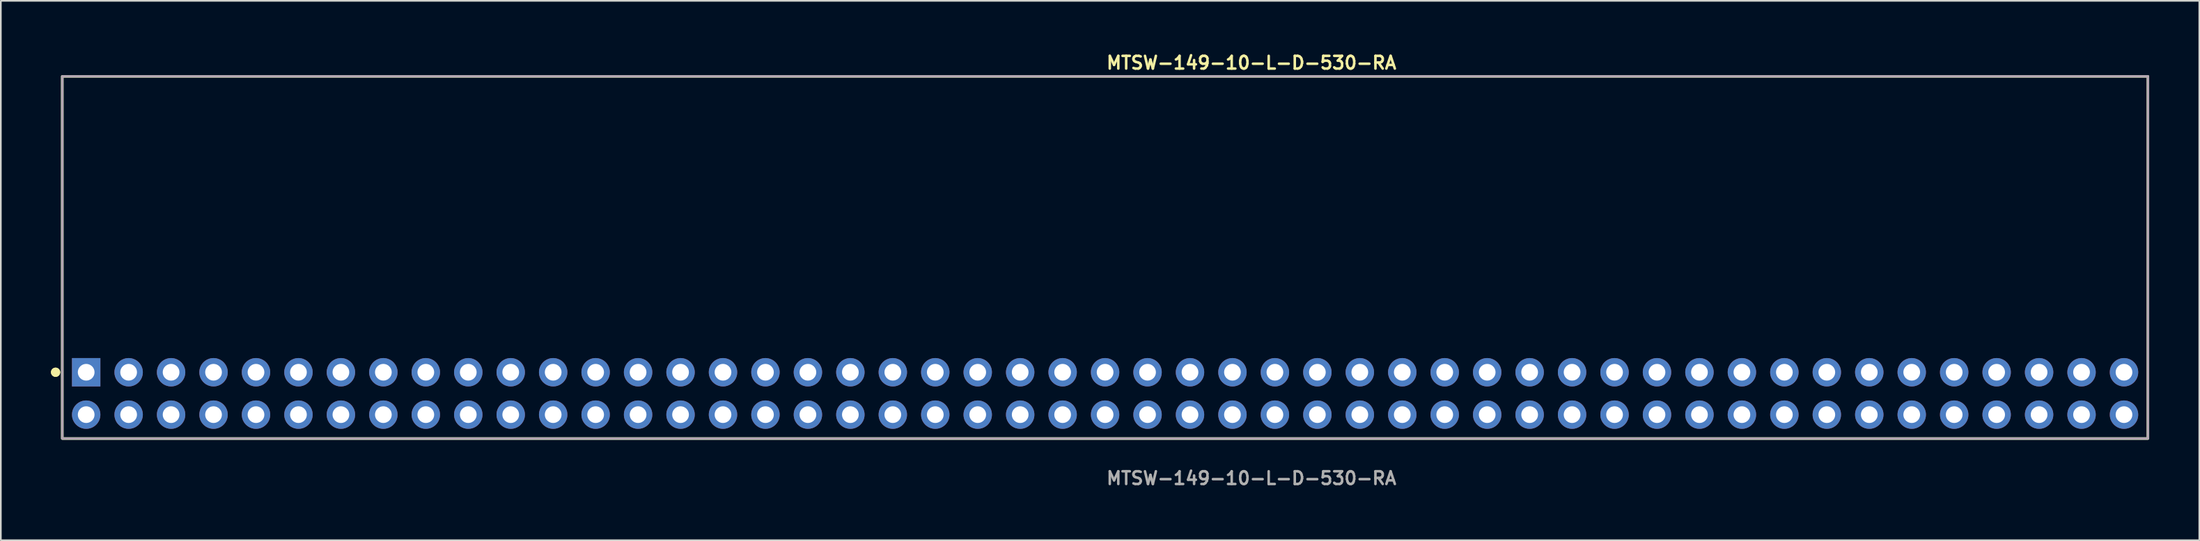
<source format=kicad_pcb>
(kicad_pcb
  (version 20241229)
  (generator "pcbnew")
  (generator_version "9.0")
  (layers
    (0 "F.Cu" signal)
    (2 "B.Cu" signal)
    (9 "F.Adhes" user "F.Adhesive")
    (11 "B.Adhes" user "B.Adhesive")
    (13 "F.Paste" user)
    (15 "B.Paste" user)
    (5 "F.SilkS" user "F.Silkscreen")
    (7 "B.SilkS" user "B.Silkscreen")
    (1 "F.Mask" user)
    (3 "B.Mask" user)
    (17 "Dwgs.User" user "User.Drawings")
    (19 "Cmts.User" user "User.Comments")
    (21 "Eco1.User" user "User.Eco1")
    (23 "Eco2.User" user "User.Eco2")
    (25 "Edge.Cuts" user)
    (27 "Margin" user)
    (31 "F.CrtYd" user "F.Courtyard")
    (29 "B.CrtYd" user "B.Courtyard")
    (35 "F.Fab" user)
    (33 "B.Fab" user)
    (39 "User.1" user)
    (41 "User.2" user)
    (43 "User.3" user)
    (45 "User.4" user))
  (footprint "MTSW-149-10-L-D-530-RA"
    (layer "F.Cu")
    (at 63.066 20.525)
    (property "Reference" "MTSW-149-10-L-D-530-RA" (at 0 -19.812 0) (unlocked yes) (layer "F.SilkS") (effects (font (size 0.762 0.762) (thickness 0.152)) (justify left)))
    (fp_rect (start -62.39 2.7) (end 62.39 -19) (stroke (width 0.152) (type solid)) (fill no) (layer "F.SilkS"))
    (fp_circle (center -62.79 -1.27) (end -62.99 -1.27) (stroke (width 0.152) (type solid)) (fill yes) (layer "F.SilkS"))
    (fp_circle (center -62.79 -1.27) (end -62.99 -1.27) (stroke (width 0.152) (type solid)) (fill yes) (layer "F.SilkS"))
    (fp_rect (start -62.39 2.7) (end 62.39 -19) (stroke (width 0.006) (type solid)) (fill no) (layer "F.CrtYd"))
    (fp_rect (start -62.39 2.7) (end 62.39 -19) (stroke (width 0.152) (type solid)) (fill no) (layer "F.Fab"))
    (fp_text user "${REFERENCE}" (at 0 5.08 0) (unlocked yes) (layer "F.Fab") (effects (font (size 0.762 0.762) (thickness 0.152)) (justify left)))
    (pad "1" thru_hole rect (at -60.96 -1.27) (size 1.7 1.7) (drill 1) (layers "*.Cu" "*.Mask"))
    (pad "2" thru_hole circle (at -60.96 1.27) (size 1.7 1.7) (drill 1) (layers "*.Cu" "*.Mask"))
    (pad "3" thru_hole circle (at -58.42 -1.27) (size 1.7 1.7) (drill 1) (layers "*.Cu" "*.Mask"))
    (pad "4" thru_hole circle (at -58.42 1.27) (size 1.7 1.7) (drill 1) (layers "*.Cu" "*.Mask"))
    (pad "5" thru_hole circle (at -55.88 -1.27) (size 1.7 1.7) (drill 1) (layers "*.Cu" "*.Mask"))
    (pad "6" thru_hole circle (at -55.88 1.27) (size 1.7 1.7) (drill 1) (layers "*.Cu" "*.Mask"))
    (pad "7" thru_hole circle (at -53.34 -1.27) (size 1.7 1.7) (drill 1) (layers "*.Cu" "*.Mask"))
    (pad "8" thru_hole circle (at -53.34 1.27) (size 1.7 1.7) (drill 1) (layers "*.Cu" "*.Mask"))
    (pad "9" thru_hole circle (at -50.8 -1.27) (size 1.7 1.7) (drill 1) (layers "*.Cu" "*.Mask"))
    (pad "10" thru_hole circle (at -50.8 1.27) (size 1.7 1.7) (drill 1) (layers "*.Cu" "*.Mask"))
    (pad "11" thru_hole circle (at -48.26 -1.27) (size 1.7 1.7) (drill 1) (layers "*.Cu" "*.Mask"))
    (pad "12" thru_hole circle (at -48.26 1.27) (size 1.7 1.7) (drill 1) (layers "*.Cu" "*.Mask"))
    (pad "13" thru_hole circle (at -45.72 -1.27) (size 1.7 1.7) (drill 1) (layers "*.Cu" "*.Mask"))
    (pad "14" thru_hole circle (at -45.72 1.27) (size 1.7 1.7) (drill 1) (layers "*.Cu" "*.Mask"))
    (pad "15" thru_hole circle (at -43.18 -1.27) (size 1.7 1.7) (drill 1) (layers "*.Cu" "*.Mask"))
    (pad "16" thru_hole circle (at -43.18 1.27) (size 1.7 1.7) (drill 1) (layers "*.Cu" "*.Mask"))
    (pad "17" thru_hole circle (at -40.64 -1.27) (size 1.7 1.7) (drill 1) (layers "*.Cu" "*.Mask"))
    (pad "18" thru_hole circle (at -40.64 1.27) (size 1.7 1.7) (drill 1) (layers "*.Cu" "*.Mask"))
    (pad "19" thru_hole circle (at -38.1 -1.27) (size 1.7 1.7) (drill 1) (layers "*.Cu" "*.Mask"))
    (pad "20" thru_hole circle (at -38.1 1.27) (size 1.7 1.7) (drill 1) (layers "*.Cu" "*.Mask"))
    (pad "21" thru_hole circle (at -35.56 -1.27) (size 1.7 1.7) (drill 1) (layers "*.Cu" "*.Mask"))
    (pad "22" thru_hole circle (at -35.56 1.27) (size 1.7 1.7) (drill 1) (layers "*.Cu" "*.Mask"))
    (pad "23" thru_hole circle (at -33.02 -1.27) (size 1.7 1.7) (drill 1) (layers "*.Cu" "*.Mask"))
    (pad "24" thru_hole circle (at -33.02 1.27) (size 1.7 1.7) (drill 1) (layers "*.Cu" "*.Mask"))
    (pad "25" thru_hole circle (at -30.48 -1.27) (size 1.7 1.7) (drill 1) (layers "*.Cu" "*.Mask"))
    (pad "26" thru_hole circle (at -30.48 1.27) (size 1.7 1.7) (drill 1) (layers "*.Cu" "*.Mask"))
    (pad "27" thru_hole circle (at -27.94 -1.27) (size 1.7 1.7) (drill 1) (layers "*.Cu" "*.Mask"))
    (pad "28" thru_hole circle (at -27.94 1.27) (size 1.7 1.7) (drill 1) (layers "*.Cu" "*.Mask"))
    (pad "29" thru_hole circle (at -25.4 -1.27) (size 1.7 1.7) (drill 1) (layers "*.Cu" "*.Mask"))
    (pad "30" thru_hole circle (at -25.4 1.27) (size 1.7 1.7) (drill 1) (layers "*.Cu" "*.Mask"))
    (pad "31" thru_hole circle (at -22.86 -1.27) (size 1.7 1.7) (drill 1) (layers "*.Cu" "*.Mask"))
    (pad "32" thru_hole circle (at -22.86 1.27) (size 1.7 1.7) (drill 1) (layers "*.Cu" "*.Mask"))
    (pad "33" thru_hole circle (at -20.32 -1.27) (size 1.7 1.7) (drill 1) (layers "*.Cu" "*.Mask"))
    (pad "34" thru_hole circle (at -20.32 1.27) (size 1.7 1.7) (drill 1) (layers "*.Cu" "*.Mask"))
    (pad "35" thru_hole circle (at -17.78 -1.27) (size 1.7 1.7) (drill 1) (layers "*.Cu" "*.Mask"))
    (pad "36" thru_hole circle (at -17.78 1.27) (size 1.7 1.7) (drill 1) (layers "*.Cu" "*.Mask"))
    (pad "37" thru_hole circle (at -15.24 -1.27) (size 1.7 1.7) (drill 1) (layers "*.Cu" "*.Mask"))
    (pad "38" thru_hole circle (at -15.24 1.27) (size 1.7 1.7) (drill 1) (layers "*.Cu" "*.Mask"))
    (pad "39" thru_hole circle (at -12.7 -1.27) (size 1.7 1.7) (drill 1) (layers "*.Cu" "*.Mask"))
    (pad "40" thru_hole circle (at -12.7 1.27) (size 1.7 1.7) (drill 1) (layers "*.Cu" "*.Mask"))
    (pad "41" thru_hole circle (at -10.16 -1.27) (size 1.7 1.7) (drill 1) (layers "*.Cu" "*.Mask"))
    (pad "42" thru_hole circle (at -10.16 1.27) (size 1.7 1.7) (drill 1) (layers "*.Cu" "*.Mask"))
    (pad "43" thru_hole circle (at -7.62 -1.27) (size 1.7 1.7) (drill 1) (layers "*.Cu" "*.Mask"))
    (pad "44" thru_hole circle (at -7.62 1.27) (size 1.7 1.7) (drill 1) (layers "*.Cu" "*.Mask"))
    (pad "45" thru_hole circle (at -5.08 -1.27) (size 1.7 1.7) (drill 1) (layers "*.Cu" "*.Mask"))
    (pad "46" thru_hole circle (at -5.08 1.27) (size 1.7 1.7) (drill 1) (layers "*.Cu" "*.Mask"))
    (pad "47" thru_hole circle (at -2.54 -1.27) (size 1.7 1.7) (drill 1) (layers "*.Cu" "*.Mask"))
    (pad "48" thru_hole circle (at -2.54 1.27) (size 1.7 1.7) (drill 1) (layers "*.Cu" "*.Mask"))
    (pad "49" thru_hole circle (at 0 -1.27) (size 1.7 1.7) (drill 1) (layers "*.Cu" "*.Mask"))
    (pad "50" thru_hole circle (at 0 1.27) (size 1.7 1.7) (drill 1) (layers "*.Cu" "*.Mask"))
    (pad "51" thru_hole circle (at 2.54 -1.27) (size 1.7 1.7) (drill 1) (layers "*.Cu" "*.Mask"))
    (pad "52" thru_hole circle (at 2.54 1.27) (size 1.7 1.7) (drill 1) (layers "*.Cu" "*.Mask"))
    (pad "53" thru_hole circle (at 5.08 -1.27) (size 1.7 1.7) (drill 1) (layers "*.Cu" "*.Mask"))
    (pad "54" thru_hole circle (at 5.08 1.27) (size 1.7 1.7) (drill 1) (layers "*.Cu" "*.Mask"))
    (pad "55" thru_hole circle (at 7.62 -1.27) (size 1.7 1.7) (drill 1) (layers "*.Cu" "*.Mask"))
    (pad "56" thru_hole circle (at 7.62 1.27) (size 1.7 1.7) (drill 1) (layers "*.Cu" "*.Mask"))
    (pad "57" thru_hole circle (at 10.16 -1.27) (size 1.7 1.7) (drill 1) (layers "*.Cu" "*.Mask"))
    (pad "58" thru_hole circle (at 10.16 1.27) (size 1.7 1.7) (drill 1) (layers "*.Cu" "*.Mask"))
    (pad "59" thru_hole circle (at 12.7 -1.27) (size 1.7 1.7) (drill 1) (layers "*.Cu" "*.Mask"))
    (pad "60" thru_hole circle (at 12.7 1.27) (size 1.7 1.7) (drill 1) (layers "*.Cu" "*.Mask"))
    (pad "61" thru_hole circle (at 15.24 -1.27) (size 1.7 1.7) (drill 1) (layers "*.Cu" "*.Mask"))
    (pad "62" thru_hole circle (at 15.24 1.27) (size 1.7 1.7) (drill 1) (layers "*.Cu" "*.Mask"))
    (pad "63" thru_hole circle (at 17.78 -1.27) (size 1.7 1.7) (drill 1) (layers "*.Cu" "*.Mask"))
    (pad "64" thru_hole circle (at 17.78 1.27) (size 1.7 1.7) (drill 1) (layers "*.Cu" "*.Mask"))
    (pad "65" thru_hole circle (at 20.32 -1.27) (size 1.7 1.7) (drill 1) (layers "*.Cu" "*.Mask"))
    (pad "66" thru_hole circle (at 20.32 1.27) (size 1.7 1.7) (drill 1) (layers "*.Cu" "*.Mask"))
    (pad "67" thru_hole circle (at 22.86 -1.27) (size 1.7 1.7) (drill 1) (layers "*.Cu" "*.Mask"))
    (pad "68" thru_hole circle (at 22.86 1.27) (size 1.7 1.7) (drill 1) (layers "*.Cu" "*.Mask"))
    (pad "69" thru_hole circle (at 25.4 -1.27) (size 1.7 1.7) (drill 1) (layers "*.Cu" "*.Mask"))
    (pad "70" thru_hole circle (at 25.4 1.27) (size 1.7 1.7) (drill 1) (layers "*.Cu" "*.Mask"))
    (pad "71" thru_hole circle (at 27.94 -1.27) (size 1.7 1.7) (drill 1) (layers "*.Cu" "*.Mask"))
    (pad "72" thru_hole circle (at 27.94 1.27) (size 1.7 1.7) (drill 1) (layers "*.Cu" "*.Mask"))
    (pad "73" thru_hole circle (at 30.48 -1.27) (size 1.7 1.7) (drill 1) (layers "*.Cu" "*.Mask"))
    (pad "74" thru_hole circle (at 30.48 1.27) (size 1.7 1.7) (drill 1) (layers "*.Cu" "*.Mask"))
    (pad "75" thru_hole circle (at 33.02 -1.27) (size 1.7 1.7) (drill 1) (layers "*.Cu" "*.Mask"))
    (pad "76" thru_hole circle (at 33.02 1.27) (size 1.7 1.7) (drill 1) (layers "*.Cu" "*.Mask"))
    (pad "77" thru_hole circle (at 35.56 -1.27) (size 1.7 1.7) (drill 1) (layers "*.Cu" "*.Mask"))
    (pad "78" thru_hole circle (at 35.56 1.27) (size 1.7 1.7) (drill 1) (layers "*.Cu" "*.Mask"))
    (pad "79" thru_hole circle (at 38.1 -1.27) (size 1.7 1.7) (drill 1) (layers "*.Cu" "*.Mask"))
    (pad "80" thru_hole circle (at 38.1 1.27) (size 1.7 1.7) (drill 1) (layers "*.Cu" "*.Mask"))
    (pad "81" thru_hole circle (at 40.64 -1.27) (size 1.7 1.7) (drill 1) (layers "*.Cu" "*.Mask"))
    (pad "82" thru_hole circle (at 40.64 1.27) (size 1.7 1.7) (drill 1) (layers "*.Cu" "*.Mask"))
    (pad "83" thru_hole circle (at 43.18 -1.27) (size 1.7 1.7) (drill 1) (layers "*.Cu" "*.Mask"))
    (pad "84" thru_hole circle (at 43.18 1.27) (size 1.7 1.7) (drill 1) (layers "*.Cu" "*.Mask"))
    (pad "85" thru_hole circle (at 45.72 -1.27) (size 1.7 1.7) (drill 1) (layers "*.Cu" "*.Mask"))
    (pad "86" thru_hole circle (at 45.72 1.27) (size 1.7 1.7) (drill 1) (layers "*.Cu" "*.Mask"))
    (pad "87" thru_hole circle (at 48.26 -1.27) (size 1.7 1.7) (drill 1) (layers "*.Cu" "*.Mask"))
    (pad "88" thru_hole circle (at 48.26 1.27) (size 1.7 1.7) (drill 1) (layers "*.Cu" "*.Mask"))
    (pad "89" thru_hole circle (at 50.8 -1.27) (size 1.7 1.7) (drill 1) (layers "*.Cu" "*.Mask"))
    (pad "90" thru_hole circle (at 50.8 1.27) (size 1.7 1.7) (drill 1) (layers "*.Cu" "*.Mask"))
    (pad "91" thru_hole circle (at 53.34 -1.27) (size 1.7 1.7) (drill 1) (layers "*.Cu" "*.Mask"))
    (pad "92" thru_hole circle (at 53.34 1.27) (size 1.7 1.7) (drill 1) (layers "*.Cu" "*.Mask"))
    (pad "93" thru_hole circle (at 55.88 -1.27) (size 1.7 1.7) (drill 1) (layers "*.Cu" "*.Mask"))
    (pad "94" thru_hole circle (at 55.88 1.27) (size 1.7 1.7) (drill 1) (layers "*.Cu" "*.Mask"))
    (pad "95" thru_hole circle (at 58.42 -1.27) (size 1.7 1.7) (drill 1) (layers "*.Cu" "*.Mask"))
    (pad "96" thru_hole circle (at 58.42 1.27) (size 1.7 1.7) (drill 1) (layers "*.Cu" "*.Mask"))
    (pad "97" thru_hole circle (at 60.96 -1.27) (size 1.7 1.7) (drill 1) (layers "*.Cu" "*.Mask"))
    (pad "98" thru_hole circle (at 60.96 1.27) (size 1.7 1.7) (drill 1) (layers "*.Cu" "*.Mask")))
  (gr_rect
    (start -3 -3)
    (end 128.532 29.318)
    (stroke (width 0.1) (type default))
    (fill no)
    (layer "Edge.Cuts")))
</source>
